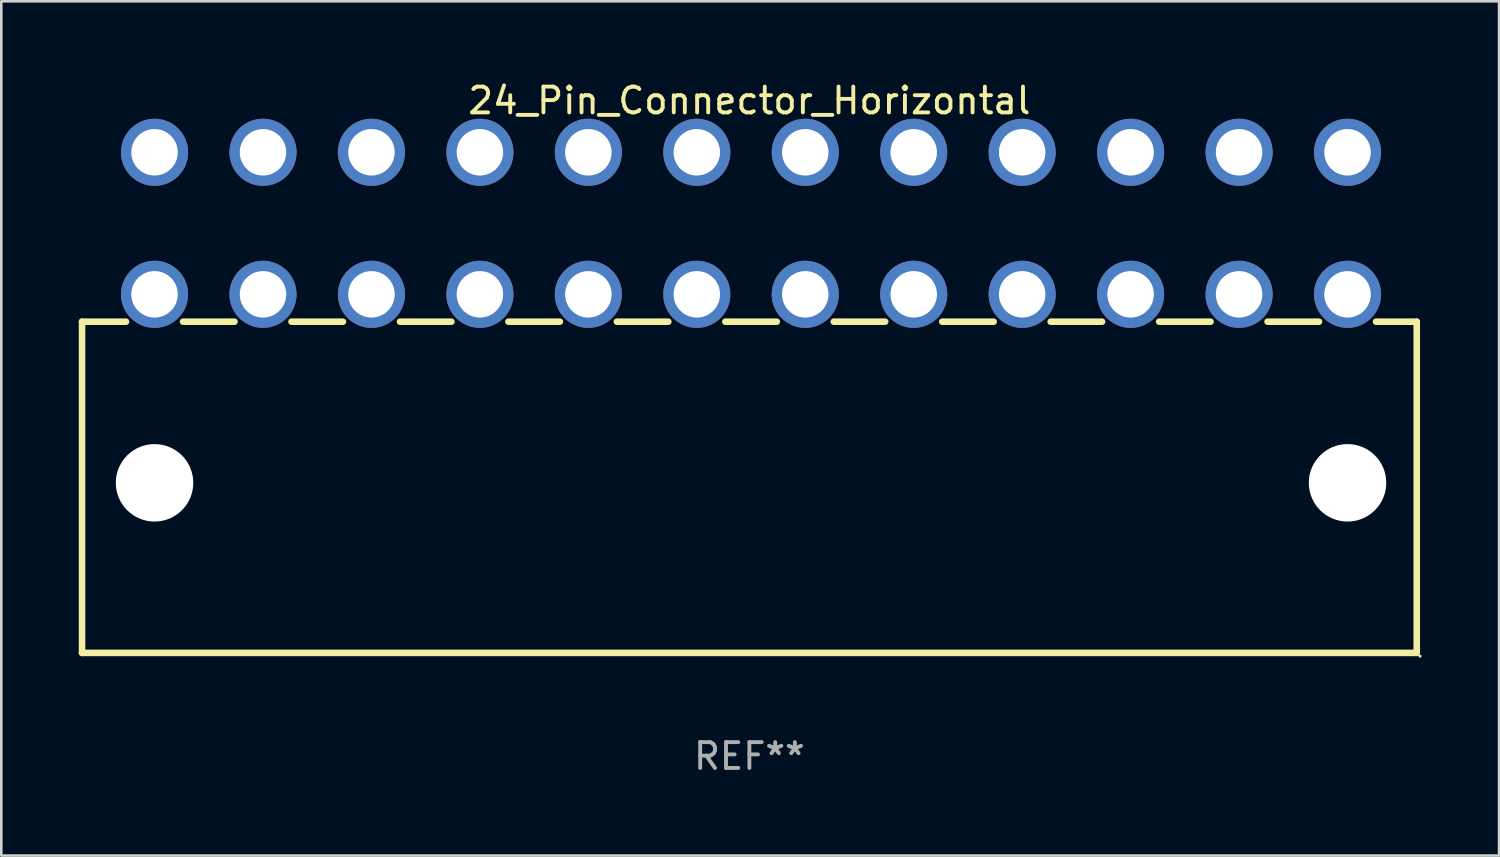
<source format=kicad_pcb>
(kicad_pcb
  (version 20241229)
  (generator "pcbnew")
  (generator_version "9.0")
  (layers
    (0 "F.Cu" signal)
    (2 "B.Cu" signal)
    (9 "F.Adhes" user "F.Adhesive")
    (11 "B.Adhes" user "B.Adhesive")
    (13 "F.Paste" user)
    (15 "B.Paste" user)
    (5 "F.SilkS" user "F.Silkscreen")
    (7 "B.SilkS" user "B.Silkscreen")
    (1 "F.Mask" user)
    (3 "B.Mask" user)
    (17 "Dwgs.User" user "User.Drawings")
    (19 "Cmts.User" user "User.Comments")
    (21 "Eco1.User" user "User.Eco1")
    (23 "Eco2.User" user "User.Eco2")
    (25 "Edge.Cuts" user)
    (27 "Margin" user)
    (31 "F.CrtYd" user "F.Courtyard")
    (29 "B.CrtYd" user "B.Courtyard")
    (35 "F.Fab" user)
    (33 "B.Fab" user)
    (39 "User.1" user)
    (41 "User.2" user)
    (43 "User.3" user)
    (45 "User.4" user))
  (footprint "24_Pin_Connector_Horizontal"
    (layer "F.Cu")
    (at 26.035 5.598)
    (property "Reference" "24_Pin_Connector_Horizontal" (at -0.064 -4.75 0) (layer "F.SilkS") (effects (font (size 1 1) (thickness 0.15))))
    (attr through_hole)
    (fp_line (start -25.908 3.81) (end -25.908 16.637) (stroke (width 0.254) (type solid)) (layer "F.SilkS"))
    (fp_line (start -25.908 16.637) (end 25.781 16.637) (stroke (width 0.254) (type solid)) (layer "F.SilkS"))
    (fp_line (start -24.204 3.81) (end -25.908 3.81) (stroke (width 0.254) (type solid)) (layer "F.SilkS"))
    (fp_line (start -20.004 3.81) (end -21.996 3.81) (stroke (width 0.254) (type solid)) (layer "F.SilkS"))
    (fp_line (start -15.804 3.81) (end -17.796 3.81) (stroke (width 0.254) (type solid)) (layer "F.SilkS"))
    (fp_line (start -11.604 3.81) (end -13.596 3.81) (stroke (width 0.254) (type solid)) (layer "F.SilkS"))
    (fp_line (start -7.404 3.81) (end -9.396 3.81) (stroke (width 0.254) (type solid)) (layer "F.SilkS"))
    (fp_line (start -3.204 3.81) (end -5.196 3.81) (stroke (width 0.254) (type solid)) (layer "F.SilkS"))
    (fp_line (start 0.996 3.81) (end -0.996 3.81) (stroke (width 0.254) (type solid)) (layer "F.SilkS"))
    (fp_line (start 5.196 3.81) (end 3.204 3.81) (stroke (width 0.254) (type solid)) (layer "F.SilkS"))
    (fp_line (start 9.396 3.81) (end 7.404 3.81) (stroke (width 0.254) (type solid)) (layer "F.SilkS"))
    (fp_line (start 13.596 3.81) (end 11.604 3.81) (stroke (width 0.254) (type solid)) (layer "F.SilkS"))
    (fp_line (start 17.796 3.81) (end 15.804 3.81) (stroke (width 0.254) (type solid)) (layer "F.SilkS"))
    (fp_line (start 21.996 3.81) (end 20.004 3.81) (stroke (width 0.254) (type solid)) (layer "F.SilkS"))
    (fp_line (start 25.781 3.81) (end 24.204 3.81) (stroke (width 0.254) (type solid)) (layer "F.SilkS"))
    (fp_line (start 25.781 16.637) (end 25.781 3.81) (stroke (width 0.254) (type solid)) (layer "F.SilkS"))
    (fp_circle (center 25.908 16.764) (end 25.938 16.764) (stroke (width 0.06) (type solid)) (fill no) (layer "F.SilkS"))
    (fp_text user "REF**" (at -0.064 20.637 0) (layer "F.Fab") (effects (font (size 1 1) (thickness 0.15))))
    (pad "" np_thru_hole circle (at -23.1 10.05) (size 3 3) (drill 3) (layers "*.Cu" "*.Mask"))
    (pad "" np_thru_hole circle (at 23.1 10.05) (size 3 3) (drill 3) (layers "*.Cu" "*.Mask"))
    (pad "1" thru_hole circle (at 23.1 2.75) (size 2.6 2.6) (drill 1.8) (layers "*.Cu" "*.Mask"))
    (pad "2" thru_hole circle (at 18.9 2.75) (size 2.6 2.6) (drill 1.8) (layers "*.Cu" "*.Mask"))
    (pad "3" thru_hole circle (at 14.7 2.75) (size 2.6 2.6) (drill 1.8) (layers "*.Cu" "*.Mask"))
    (pad "4" thru_hole circle (at 10.5 2.75) (size 2.6 2.6) (drill 1.8) (layers "*.Cu" "*.Mask"))
    (pad "5" thru_hole circle (at 6.3 2.75) (size 2.6 2.6) (drill 1.8) (layers "*.Cu" "*.Mask"))
    (pad "6" thru_hole circle (at 2.1 2.75) (size 2.6 2.6) (drill 1.8) (layers "*.Cu" "*.Mask"))
    (pad "7" thru_hole circle (at -2.1 2.75) (size 2.6 2.6) (drill 1.8) (layers "*.Cu" "*.Mask"))
    (pad "8" thru_hole circle (at -6.3 2.75) (size 2.6 2.6) (drill 1.8) (layers "*.Cu" "*.Mask"))
    (pad "9" thru_hole circle (at -10.5 2.75) (size 2.6 2.6) (drill 1.8) (layers "*.Cu" "*.Mask"))
    (pad "10" thru_hole circle (at -14.7 2.75) (size 2.6 2.6) (drill 1.8) (layers "*.Cu" "*.Mask"))
    (pad "11" thru_hole circle (at -18.9 2.75) (size 2.6 2.6) (drill 1.8) (layers "*.Cu" "*.Mask"))
    (pad "12" thru_hole circle (at -23.1 2.75) (size 2.6 2.6) (drill 1.8) (layers "*.Cu" "*.Mask"))
    (pad "13" thru_hole circle (at 23.1 -2.75) (size 2.6 2.6) (drill 1.8) (layers "*.Cu" "*.Mask"))
    (pad "14" thru_hole circle (at 18.9 -2.75) (size 2.6 2.6) (drill 1.8) (layers "*.Cu" "*.Mask"))
    (pad "15" thru_hole circle (at 14.7 -2.75) (size 2.6 2.6) (drill 1.8) (layers "*.Cu" "*.Mask"))
    (pad "16" thru_hole circle (at 10.5 -2.75) (size 2.6 2.6) (drill 1.8) (layers "*.Cu" "*.Mask"))
    (pad "17" thru_hole circle (at 6.3 -2.75) (size 2.6 2.6) (drill 1.8) (layers "*.Cu" "*.Mask"))
    (pad "18" thru_hole circle (at 2.1 -2.75) (size 2.6 2.6) (drill 1.8) (layers "*.Cu" "*.Mask"))
    (pad "19" thru_hole circle (at -2.1 -2.75) (size 2.6 2.6) (drill 1.8) (layers "*.Cu" "*.Mask"))
    (pad "20" thru_hole circle (at -6.3 -2.75) (size 2.6 2.6) (drill 1.8) (layers "*.Cu" "*.Mask"))
    (pad "21" thru_hole circle (at -10.5 -2.75) (size 2.6 2.6) (drill 1.8) (layers "*.Cu" "*.Mask"))
    (pad "22" thru_hole circle (at -14.7 -2.75) (size 2.6 2.6) (drill 1.8) (layers "*.Cu" "*.Mask"))
    (pad "23" thru_hole circle (at -18.9 -2.75) (size 2.6 2.6) (drill 1.8) (layers "*.Cu" "*.Mask"))
    (pad "24" thru_hole circle (at -23.1 -2.75) (size 2.6 2.6) (drill 1.8) (layers "*.Cu" "*.Mask")))
  (gr_rect
    (start -3 -3)
    (end 55.003 30.084)
    (stroke (width 0.1) (type default))
    (fill no)
    (layer "Edge.Cuts")))
</source>
